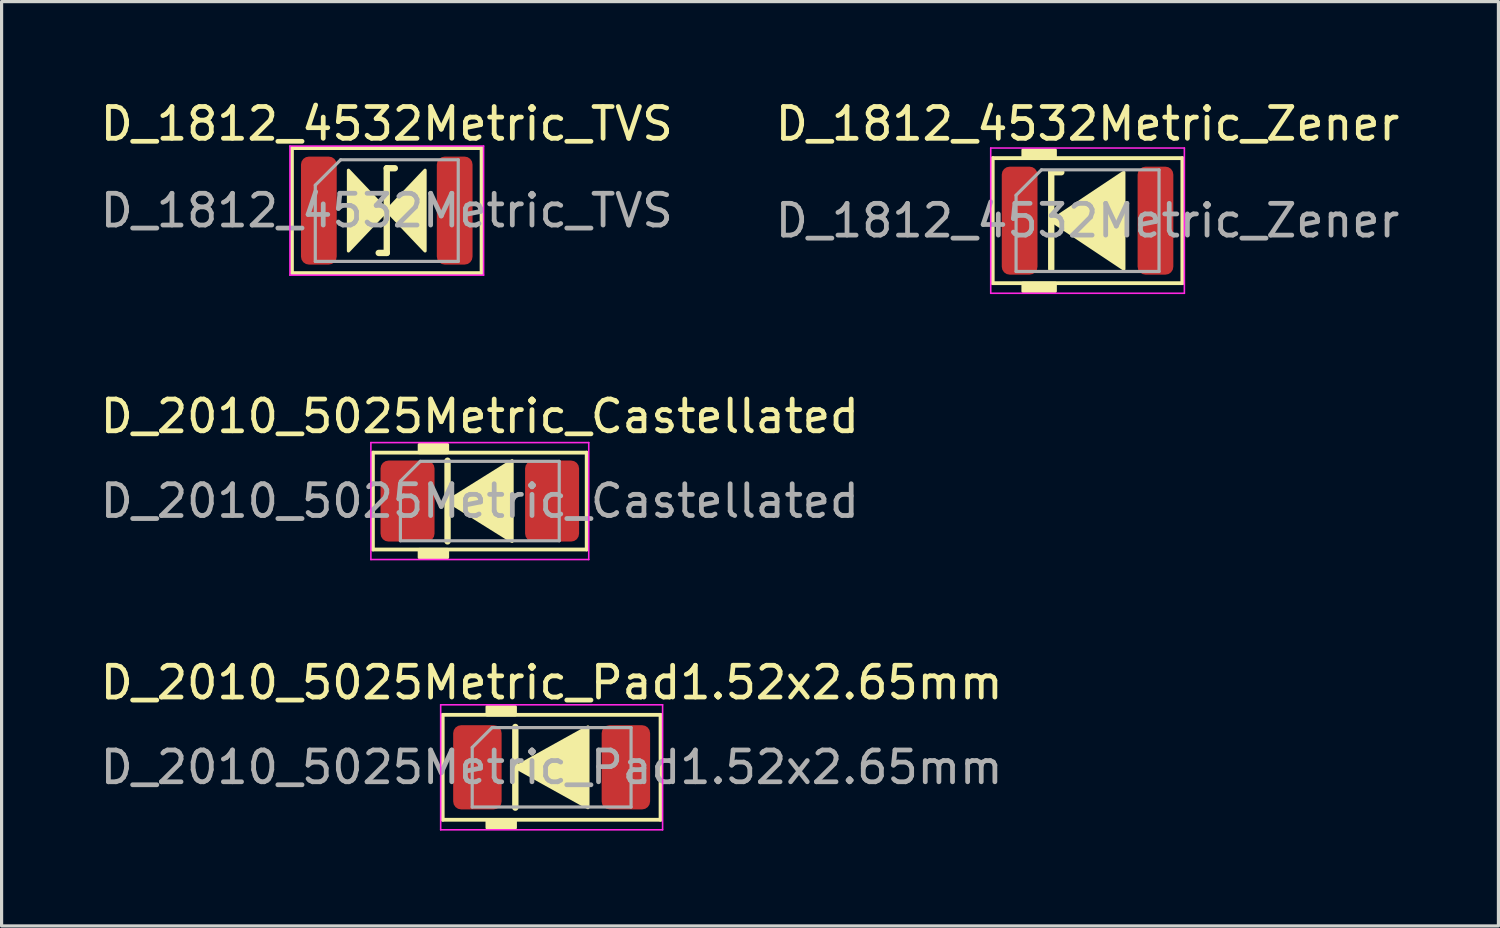
<source format=kicad_pcb>
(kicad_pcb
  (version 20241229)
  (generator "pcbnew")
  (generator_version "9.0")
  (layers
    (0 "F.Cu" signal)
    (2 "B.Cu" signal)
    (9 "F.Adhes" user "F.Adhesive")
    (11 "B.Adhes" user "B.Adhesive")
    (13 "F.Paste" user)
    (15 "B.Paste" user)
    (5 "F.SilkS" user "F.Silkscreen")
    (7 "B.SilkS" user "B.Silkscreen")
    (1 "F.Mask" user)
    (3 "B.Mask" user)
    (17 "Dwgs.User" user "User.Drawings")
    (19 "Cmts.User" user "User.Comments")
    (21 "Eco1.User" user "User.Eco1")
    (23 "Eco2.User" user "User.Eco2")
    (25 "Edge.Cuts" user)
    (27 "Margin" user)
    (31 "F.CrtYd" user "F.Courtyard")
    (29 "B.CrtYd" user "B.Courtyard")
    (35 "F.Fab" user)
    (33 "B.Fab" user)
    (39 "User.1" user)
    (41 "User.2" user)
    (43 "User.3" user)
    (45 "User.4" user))
  (footprint "D_2010_5025Metric_Pad1.52x2.65mm"
    (layer "F.Cu")
    (at 14.315 21.104)
    (property "Reference" "D_2010_5025Metric_Pad1.52x2.65mm" (at 0 -2.667 0) (layer "F.SilkS") (effects (font (size 1 1) (thickness 0.15))))
    (attr smd)
    (fp_line (start -3.429 -1.651) (end -3.429 1.651) (stroke (width 0.12) (type solid)) (layer "F.SilkS"))
    (fp_line (start -3.429 1.651) (end 3.429 1.651) (stroke (width 0.12) (type solid)) (layer "F.SilkS"))
    (fp_line (start -1.143 -1.27) (end -1.143 1.27) (stroke (width 0.2) (type solid)) (layer "F.SilkS"))
    (fp_line (start 3.429 -1.651) (end -3.429 -1.651) (stroke (width 0.12) (type solid)) (layer "F.SilkS"))
    (fp_line (start 3.429 1.651) (end 3.429 -1.651) (stroke (width 0.12) (type solid)) (layer "F.SilkS"))
    (fp_poly (pts (xy 1.143 1.27) (xy -1.143 0) (xy 1.143 -1.27)) (stroke (width 0.1) (type solid)) (fill yes) (layer "F.SilkS"))
    (fp_poly (pts (xy -1.143 -1.651) (xy -2.032 -1.651) (xy -2.032 -1.905) (xy -1.143 -1.905)) (stroke (width 0.1) (type solid)) (fill yes) (layer "F.SilkS"))
    (fp_poly (pts (xy -1.143 1.905) (xy -2.032 1.905) (xy -2.032 1.651) (xy -1.143 1.651)) (stroke (width 0.1) (type solid)) (fill yes) (layer "F.SilkS"))
    (fp_line (start -3.493 -1.968) (end 3.493 -1.968) (stroke (width 0.05) (type solid)) (layer "F.CrtYd"))
    (fp_line (start -3.493 1.968) (end -3.493 -1.968) (stroke (width 0.05) (type solid)) (layer "F.CrtYd"))
    (fp_line (start 3.493 -1.968) (end 3.493 1.968) (stroke (width 0.05) (type solid)) (layer "F.CrtYd"))
    (fp_line (start 3.493 1.968) (end -3.493 1.968) (stroke (width 0.05) (type solid)) (layer "F.CrtYd"))
    (fp_line (start -2.5 -0.625) (end -2.5 1.25) (stroke (width 0.1) (type solid)) (layer "F.Fab"))
    (fp_line (start -2.5 1.25) (end 2.5 1.25) (stroke (width 0.1) (type solid)) (layer "F.Fab"))
    (fp_line (start -1.875 -1.25) (end -2.5 -0.625) (stroke (width 0.1) (type solid)) (layer "F.Fab"))
    (fp_line (start 2.5 -1.25) (end -1.875 -1.25) (stroke (width 0.1) (type solid)) (layer "F.Fab"))
    (fp_line (start 2.5 1.25) (end 2.5 -1.25) (stroke (width 0.1) (type solid)) (layer "F.Fab"))
    (fp_text user "${REFERENCE}" (at 0 0 0) (layer "F.Fab") (effects (font (size 1 1) (thickness 0.15))))
    (pad "1" smd roundrect (at -2.337 0) (size 1.525 2.65) (layers "F.Cu" "F.Mask" "F.Paste") (roundrect_rratio 0.164))
    (pad "2" smd roundrect (at 2.337 0) (size 1.525 2.65) (layers "F.Cu" "F.Mask" "F.Paste") (roundrect_rratio 0.164)))
  (footprint "D_1812_4532Metric_TVS"
    (layer "F.Cu")
    (at 9.125 3.579)
    (property "Reference" "D_1812_4532Metric_TVS" (at 0 -2.731 0) (layer "F.SilkS") (effects (font (size 1 1) (thickness 0.15))))
    (attr smd)
    (fp_line (start -2.985 -1.968) (end -2.985 1.968) (stroke (width 0.12) (type solid)) (layer "F.SilkS"))
    (fp_line (start -2.985 1.968) (end 2.985 1.968) (stroke (width 0.12) (type solid)) (layer "F.SilkS"))
    (fp_line (start -0.254 1.333) (end 0 1.333) (stroke (width 0.2) (type solid)) (layer "F.SilkS"))
    (fp_line (start 0 -1.333) (end 0 1.333) (stroke (width 0.2) (type solid)) (layer "F.SilkS"))
    (fp_line (start 0 -1.333) (end 0.254 -1.333) (stroke (width 0.2) (type solid)) (layer "F.SilkS"))
    (fp_line (start 2.985 -1.968) (end -2.985 -1.968) (stroke (width 0.12) (type solid)) (layer "F.SilkS"))
    (fp_line (start 2.985 1.968) (end 2.985 -1.968) (stroke (width 0.12) (type solid)) (layer "F.SilkS"))
    (fp_poly (pts (xy 0 0) (xy -1.206 1.27) (xy -1.206 -1.27)) (stroke (width 0.1) (type solid)) (fill yes) (layer "F.SilkS"))
    (fp_poly (pts (xy 0 0) (xy 1.206 -1.27) (xy 1.206 1.27)) (stroke (width 0.1) (type solid)) (fill yes) (layer "F.SilkS"))
    (fp_line (start -3.048 -2.032) (end 3.048 -2.032) (stroke (width 0.05) (type solid)) (layer "F.CrtYd"))
    (fp_line (start -3.048 2.032) (end -3.048 -2.032) (stroke (width 0.05) (type solid)) (layer "F.CrtYd"))
    (fp_line (start 3.048 -2.032) (end 3.048 2.032) (stroke (width 0.05) (type solid)) (layer "F.CrtYd"))
    (fp_line (start 3.048 2.032) (end -3.048 2.032) (stroke (width 0.05) (type solid)) (layer "F.CrtYd"))
    (fp_line (start -2.25 -0.8) (end -2.25 1.6) (stroke (width 0.1) (type solid)) (layer "F.Fab"))
    (fp_line (start -2.25 1.6) (end 2.25 1.6) (stroke (width 0.1) (type solid)) (layer "F.Fab"))
    (fp_line (start -1.45 -1.6) (end -2.25 -0.8) (stroke (width 0.1) (type solid)) (layer "F.Fab"))
    (fp_line (start 2.25 -1.6) (end -1.45 -1.6) (stroke (width 0.1) (type solid)) (layer "F.Fab"))
    (fp_line (start 2.25 1.6) (end 2.25 -1.6) (stroke (width 0.1) (type solid)) (layer "F.Fab"))
    (fp_text user "${REFERENCE}" (at 0 0 0) (layer "F.Fab") (effects (font (size 1 1) (thickness 0.15))))
    (pad "1" smd roundrect (at -2.138 0) (size 1.125 3.4) (layers "F.Cu" "F.Mask" "F.Paste") (roundrect_rratio 0.222))
    (pad "2" smd roundrect (at 2.138 0) (size 1.125 3.4) (layers "F.Cu" "F.Mask" "F.Paste") (roundrect_rratio 0.222)))
  (footprint "D_2010_5025Metric_Castellated"
    (layer "F.Cu")
    (at 12.054 12.723)
    (property "Reference" "D_2010_5025Metric_Castellated" (at 0 -2.667 0) (layer "F.SilkS") (effects (font (size 1 1) (thickness 0.15))))
    (attr smd)
    (fp_line (start -3.365 -1.524) (end -3.365 1.524) (stroke (width 0.12) (type solid)) (layer "F.SilkS"))
    (fp_line (start -3.365 1.524) (end 3.365 1.524) (stroke (width 0.12) (type solid)) (layer "F.SilkS"))
    (fp_line (start -1.016 -1.27) (end -1.016 1.27) (stroke (width 0.2) (type solid)) (layer "F.SilkS"))
    (fp_line (start 3.365 -1.524) (end -3.365 -1.524) (stroke (width 0.12) (type solid)) (layer "F.SilkS"))
    (fp_line (start 3.365 1.524) (end 3.365 -1.524) (stroke (width 0.12) (type solid)) (layer "F.SilkS"))
    (fp_poly (pts (xy 1.016 1.27) (xy -1.016 0) (xy 1.016 -1.27)) (stroke (width 0.1) (type solid)) (fill yes) (layer "F.SilkS"))
    (fp_poly (pts (xy -1.016 -1.524) (xy -1.905 -1.524) (xy -1.905 -1.778) (xy -1.016 -1.778)) (stroke (width 0.1) (type solid)) (fill yes) (layer "F.SilkS"))
    (fp_poly (pts (xy -1.016 1.778) (xy -1.905 1.778) (xy -1.905 1.524) (xy -1.016 1.524)) (stroke (width 0.1) (type solid)) (fill yes) (layer "F.SilkS"))
    (fp_line (start -3.429 -1.841) (end 3.429 -1.841) (stroke (width 0.05) (type solid)) (layer "F.CrtYd"))
    (fp_line (start -3.429 1.841) (end -3.429 -1.841) (stroke (width 0.05) (type solid)) (layer "F.CrtYd"))
    (fp_line (start 3.429 -1.841) (end 3.429 1.841) (stroke (width 0.05) (type solid)) (layer "F.CrtYd"))
    (fp_line (start 3.429 1.841) (end -3.429 1.841) (stroke (width 0.05) (type solid)) (layer "F.CrtYd"))
    (fp_line (start -2.5 -0.625) (end -2.5 1.25) (stroke (width 0.1) (type solid)) (layer "F.Fab"))
    (fp_line (start -2.5 1.25) (end 2.5 1.25) (stroke (width 0.1) (type solid)) (layer "F.Fab"))
    (fp_line (start -1.875 -1.25) (end -2.5 -0.625) (stroke (width 0.1) (type solid)) (layer "F.Fab"))
    (fp_line (start 2.5 -1.25) (end -1.875 -1.25) (stroke (width 0.1) (type solid)) (layer "F.Fab"))
    (fp_line (start 2.5 1.25) (end 2.5 -1.25) (stroke (width 0.1) (type solid)) (layer "F.Fab"))
    (fp_text user "${REFERENCE}" (at 0 0 0) (layer "F.Fab") (effects (font (size 1 1) (thickness 0.15))))
    (pad "1" smd roundrect (at -2.275 0) (size 1.7 2.55) (layers "F.Cu" "F.Mask" "F.Paste") (roundrect_rratio 0.147))
    (pad "2" smd roundrect (at 2.275 0) (size 1.7 2.55) (layers "F.Cu" "F.Mask" "F.Paste") (roundrect_rratio 0.147)))
  (footprint "D_1812_4532Metric_Zener"
    (layer "F.Cu")
    (at 31.185 3.896)
    (property "Reference" "D_1812_4532Metric_Zener" (at 0 -3.048 0) (layer "F.SilkS") (effects (font (size 1 1) (thickness 0.15))))
    (attr smd)
    (fp_line (start -2.985 -1.968) (end -2.985 1.968) (stroke (width 0.12) (type solid)) (layer "F.SilkS"))
    (fp_line (start -2.985 1.968) (end 2.985 1.968) (stroke (width 0.12) (type solid)) (layer "F.SilkS"))
    (fp_line (start -1.143 -1.524) (end -1.143 1.524) (stroke (width 0.2) (type solid)) (layer "F.SilkS"))
    (fp_line (start -1.143 -1.524) (end -0.826 -1.524) (stroke (width 0.2) (type solid)) (layer "F.SilkS"))
    (fp_line (start 2.985 -1.968) (end -2.985 -1.968) (stroke (width 0.12) (type solid)) (layer "F.SilkS"))
    (fp_line (start 2.985 1.968) (end 2.985 -1.968) (stroke (width 0.12) (type solid)) (layer "F.SilkS"))
    (fp_poly (pts (xy 1.143 1.524) (xy -1.143 0) (xy 1.143 -1.524)) (stroke (width 0.1) (type solid)) (fill yes) (layer "F.SilkS"))
    (fp_poly (pts (xy -1.016 -1.968) (xy -2.032 -1.968) (xy -2.032 -2.223) (xy -1.016 -2.223)) (stroke (width 0.1) (type solid)) (fill yes) (layer "F.SilkS"))
    (fp_poly (pts (xy -1.016 2.223) (xy -2.032 2.223) (xy -2.032 1.968) (xy -1.016 1.968)) (stroke (width 0.1) (type solid)) (fill yes) (layer "F.SilkS"))
    (fp_line (start -3.048 -2.286) (end 3.048 -2.286) (stroke (width 0.05) (type solid)) (layer "F.CrtYd"))
    (fp_line (start -3.048 2.286) (end -3.048 -2.286) (stroke (width 0.05) (type solid)) (layer "F.CrtYd"))
    (fp_line (start 3.048 -2.286) (end 3.048 2.286) (stroke (width 0.05) (type solid)) (layer "F.CrtYd"))
    (fp_line (start 3.048 2.286) (end -3.048 2.286) (stroke (width 0.05) (type solid)) (layer "F.CrtYd"))
    (fp_line (start -2.25 -0.8) (end -2.25 1.6) (stroke (width 0.1) (type solid)) (layer "F.Fab"))
    (fp_line (start -2.25 1.6) (end 2.25 1.6) (stroke (width 0.1) (type solid)) (layer "F.Fab"))
    (fp_line (start -1.45 -1.6) (end -2.25 -0.8) (stroke (width 0.1) (type solid)) (layer "F.Fab"))
    (fp_line (start 2.25 -1.6) (end -1.45 -1.6) (stroke (width 0.1) (type solid)) (layer "F.Fab"))
    (fp_line (start 2.25 1.6) (end 2.25 -1.6) (stroke (width 0.1) (type solid)) (layer "F.Fab"))
    (fp_text user "${REFERENCE}" (at 0 0 0) (layer "F.Fab") (effects (font (size 1 1) (thickness 0.15))))
    (pad "1" smd roundrect (at -2.138 0) (size 1.125 3.4) (layers "F.Cu" "F.Mask" "F.Paste") (roundrect_rratio 0.222))
    (pad "2" smd roundrect (at 2.138 0) (size 1.125 3.4) (layers "F.Cu" "F.Mask" "F.Paste") (roundrect_rratio 0.222)))
  (gr_rect
    (start -3 -3)
    (end 44.119 26.098)
    (stroke (width 0.1) (type default))
    (fill no)
    (layer "Edge.Cuts")))
</source>
